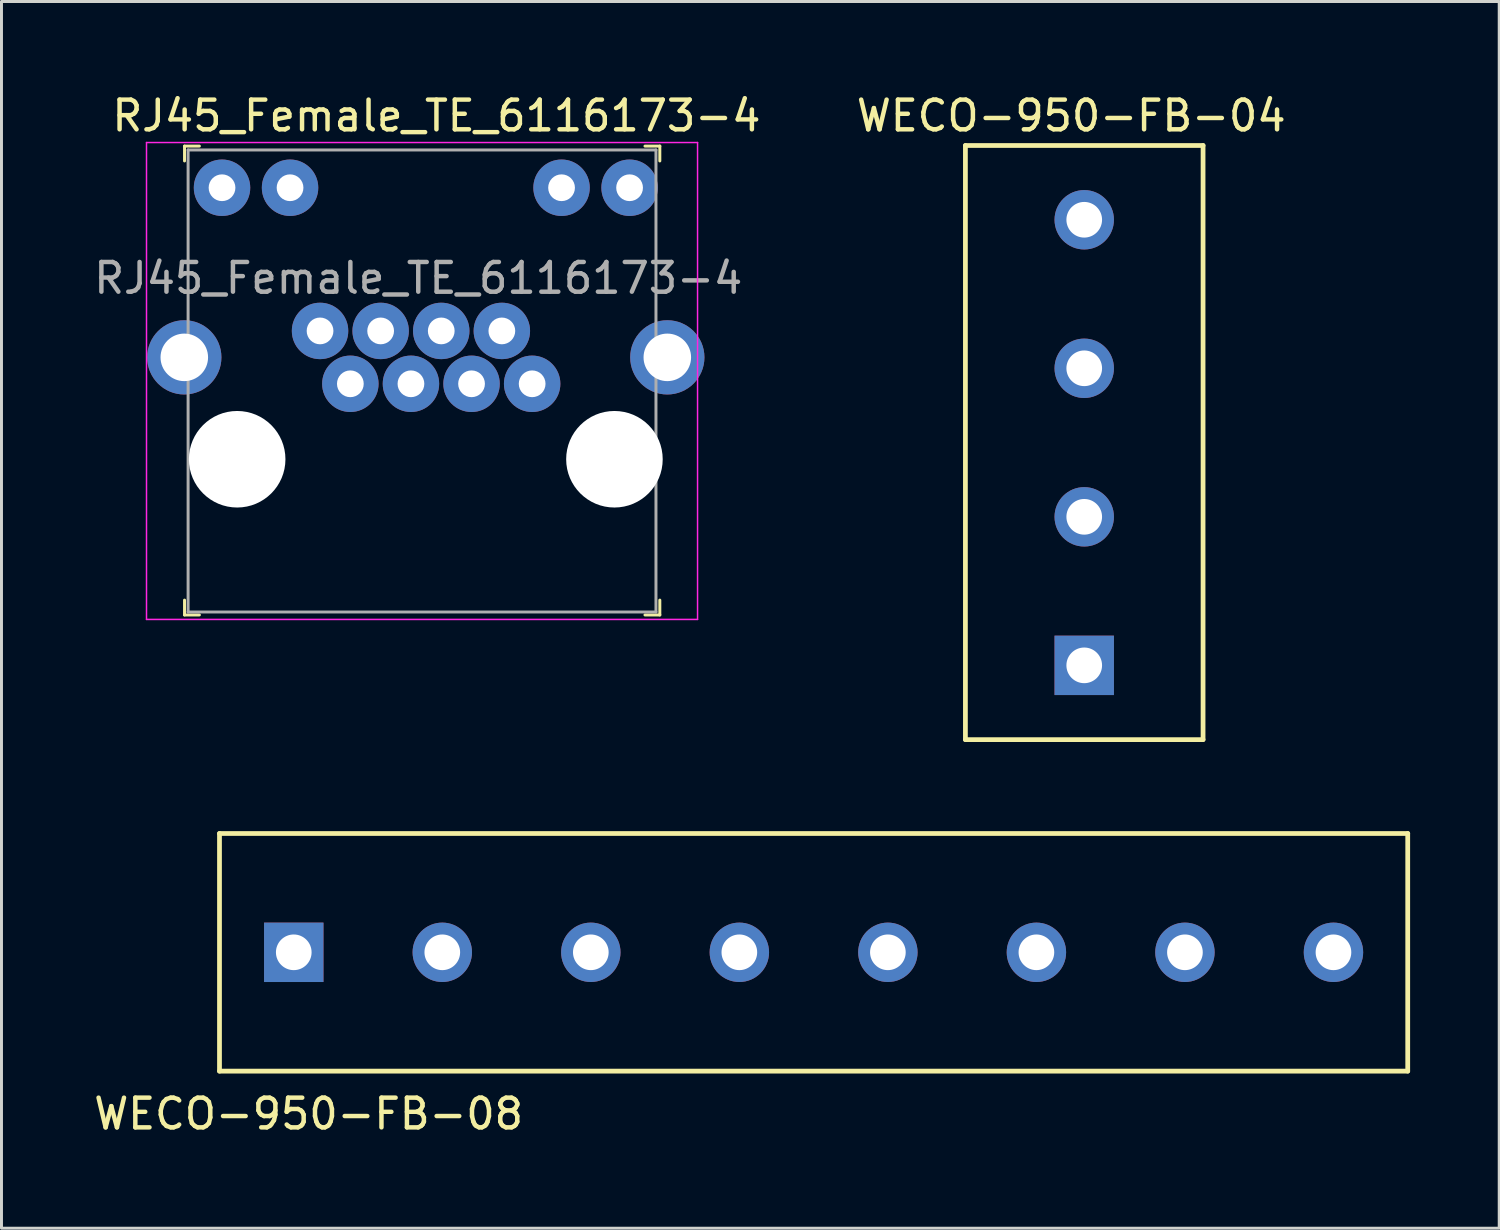
<source format=kicad_pcb>
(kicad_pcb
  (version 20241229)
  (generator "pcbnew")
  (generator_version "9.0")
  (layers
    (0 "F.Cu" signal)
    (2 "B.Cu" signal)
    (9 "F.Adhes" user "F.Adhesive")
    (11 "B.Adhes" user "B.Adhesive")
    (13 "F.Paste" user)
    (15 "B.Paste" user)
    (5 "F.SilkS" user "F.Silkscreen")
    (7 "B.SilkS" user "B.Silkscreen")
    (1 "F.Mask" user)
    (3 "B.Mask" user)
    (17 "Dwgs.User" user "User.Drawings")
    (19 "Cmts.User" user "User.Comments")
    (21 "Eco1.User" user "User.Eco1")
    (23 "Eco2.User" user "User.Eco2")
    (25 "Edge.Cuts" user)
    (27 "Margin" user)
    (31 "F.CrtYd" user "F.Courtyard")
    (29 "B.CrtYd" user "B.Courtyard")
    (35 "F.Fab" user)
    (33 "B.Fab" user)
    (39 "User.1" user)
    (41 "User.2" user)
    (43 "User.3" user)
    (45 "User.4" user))
  (footprint "RJ45_Female_TE_6116173-4"
    (layer "F.Cu")
    (at 11.284 12.41)
    (property "Reference" "RJ45_Female_TE_6116173-4" (at 0.358 -11.562 0) (layer "F.SilkS") (effects (font (size 1 1) (thickness 0.15))))
    (attr through_hole)
    (fp_line (start -8.122 -10.542) (end -8.122 -10.042) (stroke (width 0.1) (type solid)) (layer "F.SilkS"))
    (fp_line (start -8.122 -10.542) (end -7.622 -10.542) (stroke (width 0.1) (type solid)) (layer "F.SilkS"))
    (fp_line (start -8.122 5.242) (end -8.122 4.742) (stroke (width 0.1) (type solid)) (layer "F.SilkS"))
    (fp_line (start -8.122 5.242) (end -7.622 5.242) (stroke (width 0.1) (type solid)) (layer "F.SilkS"))
    (fp_line (start 7.878 -10.542) (end 7.378 -10.542) (stroke (width 0.1) (type solid)) (layer "F.SilkS"))
    (fp_line (start 7.878 -10.542) (end 7.878 -10.042) (stroke (width 0.1) (type solid)) (layer "F.SilkS"))
    (fp_line (start 7.878 5.242) (end 7.378 5.242) (stroke (width 0.1) (type solid)) (layer "F.SilkS"))
    (fp_line (start 7.878 5.242) (end 7.878 4.742) (stroke (width 0.1) (type solid)) (layer "F.SilkS"))
    (fp_line (start -9.402 -10.662) (end -9.402 5.392) (stroke (width 0.05) (type solid)) (layer "F.CrtYd"))
    (fp_line (start 9.148 -10.662) (end -9.402 -10.662) (stroke (width 0.05) (type solid)) (layer "F.CrtYd"))
    (fp_line (start 9.148 -10.662) (end 9.148 5.392) (stroke (width 0.05) (type solid)) (layer "F.CrtYd"))
    (fp_line (start 9.148 5.392) (end -9.402 5.392) (stroke (width 0.05) (type solid)) (layer "F.CrtYd"))
    (fp_line (start -8.002 -10.412) (end -8.002 5.142) (stroke (width 0.1) (type solid)) (layer "F.Fab"))
    (fp_line (start -8.002 -10.412) (end 7.748 -10.412) (stroke (width 0.1) (type solid)) (layer "F.Fab"))
    (fp_line (start -8.002 5.142) (end 7.748 5.142) (stroke (width 0.1) (type solid)) (layer "F.Fab"))
    (fp_line (start 7.748 -10.412) (end 7.748 5.142) (stroke (width 0.1) (type solid)) (layer "F.Fab"))
    (fp_text user "${REFERENCE}" (at -0.254 -6.096 0) (layer "F.Fab") (effects (font (size 1 1) (thickness 0.15))))
    (pad "" np_thru_hole circle (at -6.35 0 90) (size 3.25 3.25) (drill 3.25) (layers "*.Cu" "*.Mask"))
    (pad "" np_thru_hole circle (at 6.35 0) (size 3.25 3.25) (drill 3.25) (layers "*.Cu" "*.Mask"))
    (pad "1" thru_hole circle (at 3.58 -2.54) (size 1.9 1.9) (drill 0.9) (layers "*.Cu" "*.Mask"))
    (pad "2" thru_hole circle (at 2.56 -4.32) (size 1.9 1.9) (drill 0.9) (layers "*.Cu" "*.Mask"))
    (pad "3" thru_hole circle (at 1.54 -2.54) (size 1.9 1.9) (drill 0.9) (layers "*.Cu" "*.Mask"))
    (pad "4" thru_hole circle (at 0.52 -4.32) (size 1.9 1.9) (drill 0.9) (layers "*.Cu" "*.Mask"))
    (pad "5" thru_hole circle (at -0.5 -2.54) (size 1.9 1.9) (drill 0.9) (layers "*.Cu" "*.Mask"))
    (pad "6" thru_hole circle (at -1.52 -4.32) (size 1.9 1.9) (drill 0.9) (layers "*.Cu" "*.Mask"))
    (pad "7" thru_hole circle (at -2.54 -2.54) (size 1.9 1.9) (drill 0.9) (layers "*.Cu" "*.Mask"))
    (pad "8" thru_hole circle (at -3.56 -4.32) (size 1.9 1.9) (drill 0.9) (layers "*.Cu" "*.Mask"))
    (pad "9" thru_hole circle (at -4.57 -9.14) (size 1.9 1.9) (drill 0.9) (layers "*.Cu" "*.Mask"))
    (pad "10" thru_hole circle (at -6.86 -9.14) (size 1.9 1.9) (drill 0.9) (layers "*.Cu" "*.Mask"))
    (pad "11" thru_hole circle (at 6.86 -9.14) (size 1.9 1.9) (drill 0.9) (layers "*.Cu" "*.Mask"))
    (pad "12" thru_hole circle (at 4.57 -9.14) (size 1.9 1.9) (drill 0.9) (layers "*.Cu" "*.Mask"))
    (pad "SH" thru_hole circle (at -8.13 -3.43) (size 2.5 2.5) (drill 1.6) (layers "*.Cu" "*.Mask"))
    (pad "SH" thru_hole circle (at 8.13 -3.43) (size 2.5 2.5) (drill 1.6) (layers "*.Cu" "*.Mask")))
  (footprint "WECO-950-FB-04"
    (layer "F.Cu")
    (at 33.011 1.848)
    (property "Reference" "WECO-950-FB-04" (at 0 -1 0) (layer "F.SilkS") (effects (font (size 1 1) (thickness 0.15))))
    (attr through_hole)
    (fp_line (start -3.562 0) (end 4.438 0) (stroke (width 0.16) (type solid)) (layer "F.SilkS"))
    (fp_line (start -3.562 20) (end -3.562 0) (stroke (width 0.16) (type solid)) (layer "F.SilkS"))
    (fp_line (start -3.562 20) (end 4.438 20) (stroke (width 0.16) (type solid)) (layer "F.SilkS"))
    (fp_line (start 4.438 0) (end 4.438 20) (stroke (width 0.16) (type solid)) (layer "F.SilkS"))
    (pad "1" thru_hole rect (at 0.438 17.5) (size 2 2) (drill 1.2) (layers "*.Cu" "*.Mask"))
    (pad "2" thru_hole circle (at 0.438 12.5) (size 2 2) (drill 1.2) (layers "*.Cu" "*.Mask"))
    (pad "3" thru_hole circle (at 0.438 7.5) (size 2 2) (drill 1.2) (layers "*.Cu" "*.Mask"))
    (pad "4" thru_hole circle (at 0.438 2.5) (size 2 2) (drill 1.2) (layers "*.Cu" "*.Mask")))
  (footprint "WECO-950-FB-08"
    (layer "F.Cu")
    (at 4.339 29.446)
    (property "Reference" "WECO-950-FB-08" (at 3 5 0) (layer "F.SilkS") (effects (font (size 1 1) (thickness 0.15))))
    (attr through_hole)
    (fp_line (start 0 -4.438) (end 0 3.562) (stroke (width 0.16) (type solid)) (layer "F.SilkS"))
    (fp_line (start 0 -4.438) (end 40 -4.438) (stroke (width 0.16) (type solid)) (layer "F.SilkS"))
    (fp_line (start 40 -4.438) (end 40 3.562) (stroke (width 0.16) (type solid)) (layer "F.SilkS"))
    (fp_line (start 40 3.562) (end 0 3.562) (stroke (width 0.16) (type solid)) (layer "F.SilkS"))
    (pad "1" thru_hole rect (at 2.5 -0.438) (size 2 2) (drill 1.2) (layers "*.Cu" "*.Mask"))
    (pad "2" thru_hole circle (at 7.5 -0.438) (size 2 2) (drill 1.2) (layers "*.Cu" "*.Mask"))
    (pad "3" thru_hole circle (at 12.5 -0.438) (size 2 2) (drill 1.2) (layers "*.Cu" "*.Mask"))
    (pad "4" thru_hole circle (at 17.5 -0.438) (size 2 2) (drill 1.2) (layers "*.Cu" "*.Mask"))
    (pad "5" thru_hole circle (at 22.5 -0.438) (size 2 2) (drill 1.2) (layers "*.Cu" "*.Mask"))
    (pad "6" thru_hole circle (at 27.5 -0.438) (size 2 2) (drill 1.2) (layers "*.Cu" "*.Mask"))
    (pad "7" thru_hole circle (at 32.5 -0.438) (size 2 2) (drill 1.2) (layers "*.Cu" "*.Mask"))
    (pad "8" thru_hole circle (at 37.5 -0.438) (size 2 2) (drill 1.2) (layers "*.Cu" "*.Mask")))
  (gr_rect
    (start -3 -3)
    (end 47.419 38.295)
    (stroke (width 0.1) (type default))
    (fill no)
    (layer "Edge.Cuts")))
</source>
